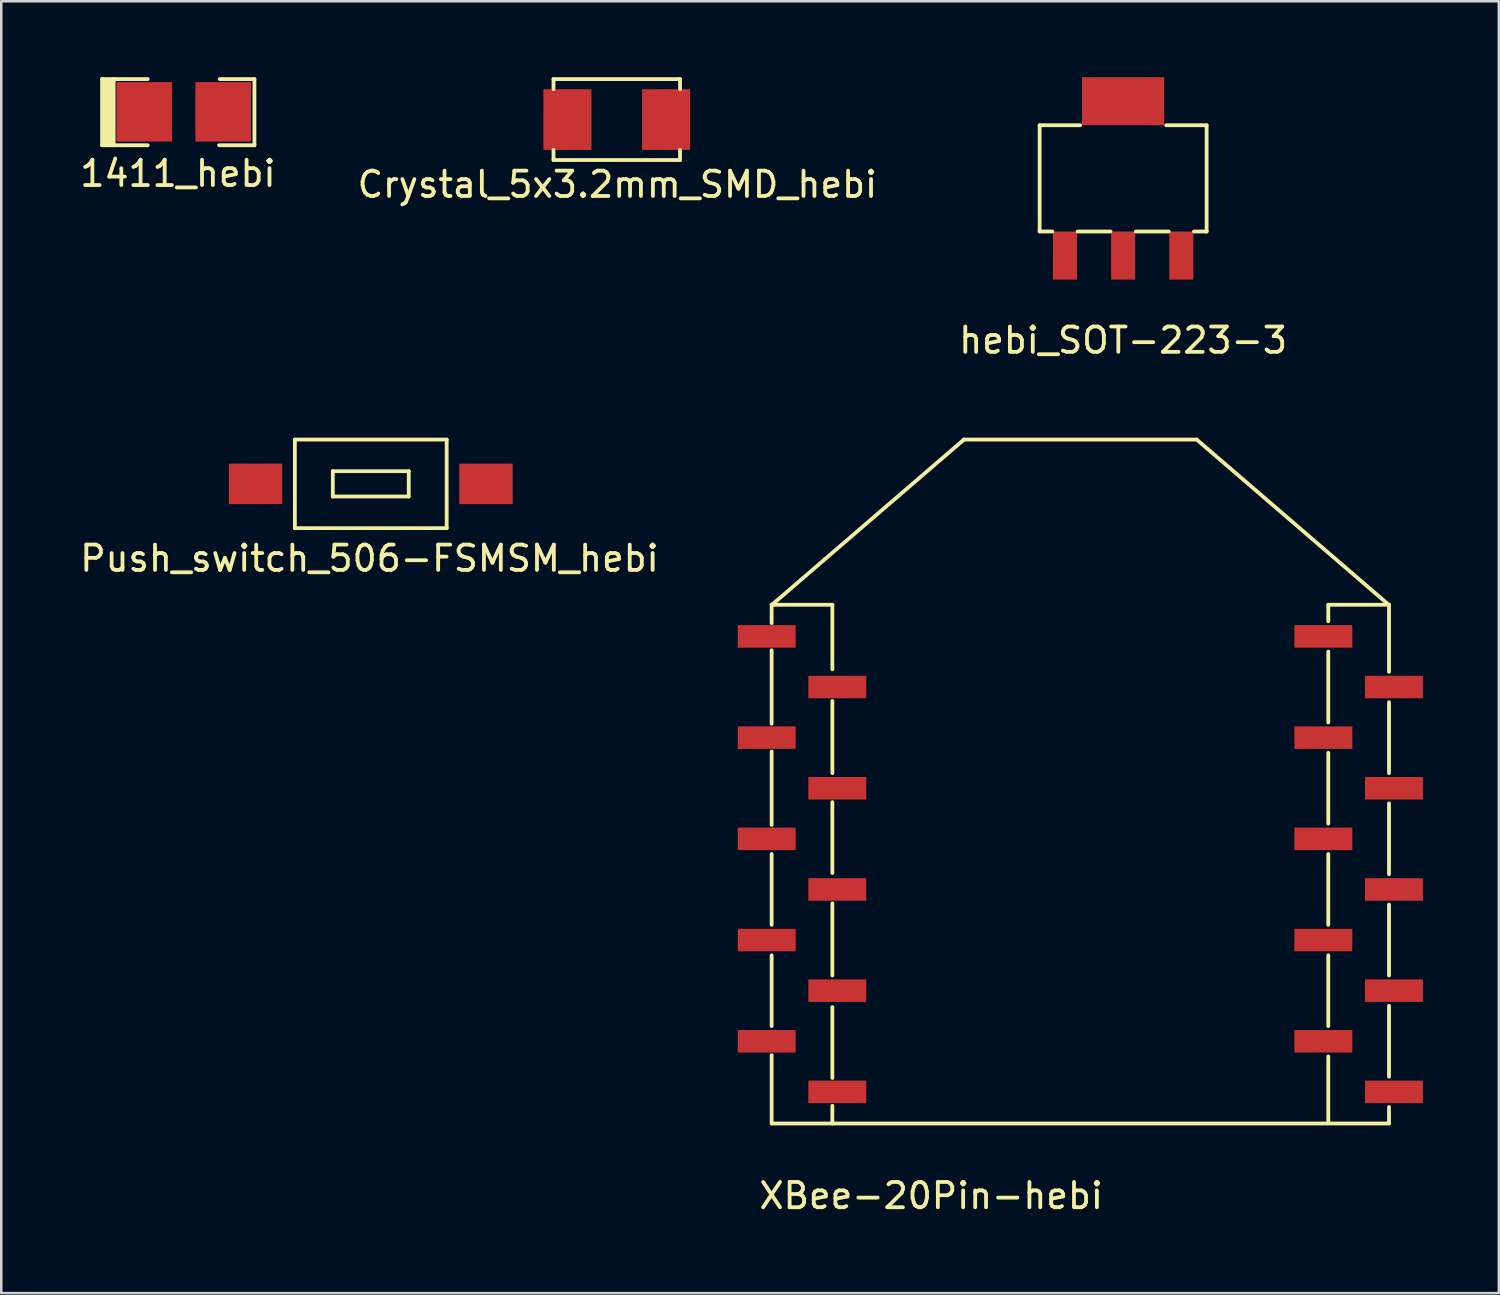
<source format=kicad_pcb>
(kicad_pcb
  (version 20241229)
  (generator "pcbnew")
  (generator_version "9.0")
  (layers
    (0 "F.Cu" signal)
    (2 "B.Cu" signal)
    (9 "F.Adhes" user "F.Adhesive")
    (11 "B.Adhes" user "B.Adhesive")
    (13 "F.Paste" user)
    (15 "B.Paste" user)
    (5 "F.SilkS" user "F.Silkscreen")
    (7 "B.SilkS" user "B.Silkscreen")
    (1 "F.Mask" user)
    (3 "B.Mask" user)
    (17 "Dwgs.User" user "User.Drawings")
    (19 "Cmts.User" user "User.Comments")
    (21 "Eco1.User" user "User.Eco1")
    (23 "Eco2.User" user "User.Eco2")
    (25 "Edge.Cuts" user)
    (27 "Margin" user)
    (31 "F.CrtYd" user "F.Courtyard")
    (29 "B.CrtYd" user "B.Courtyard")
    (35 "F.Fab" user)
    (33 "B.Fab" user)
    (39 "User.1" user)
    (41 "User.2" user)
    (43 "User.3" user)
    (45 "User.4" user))
  (footprint "hebi_SOT-223-3"
    (layer "F.Cu")
    (at 41.339 4)
    (property "Reference" "hebi_SOT-223-3" (at 0 6.4 0) (layer "F.SilkS") (effects (font (size 1 1) (thickness 0.15))))
    (attr through_hole)
    (fp_line (start -3.3 -2.1) (end -3.3 2.1) (stroke (width 0.15) (type solid)) (layer "F.SilkS"))
    (fp_line (start -3.3 -2.1) (end -1.7 -2.1) (stroke (width 0.15) (type solid)) (layer "F.SilkS"))
    (fp_line (start -3.3 2.1) (end -2.8 2.1) (stroke (width 0.15) (type solid)) (layer "F.SilkS"))
    (fp_line (start -1.8 2.1) (end -0.5 2.1) (stroke (width 0.15) (type solid)) (layer "F.SilkS"))
    (fp_line (start 0.5 2.1) (end 1.8 2.1) (stroke (width 0.15) (type solid)) (layer "F.SilkS"))
    (fp_line (start 2.8 2.1) (end 3.3 2.1) (stroke (width 0.15) (type solid)) (layer "F.SilkS"))
    (fp_line (start 3.3 -2.1) (end 1.7 -2.1) (stroke (width 0.15) (type solid)) (layer "F.SilkS"))
    (fp_line (start 3.3 2.1) (end 3.3 -2.1) (stroke (width 0.15) (type solid)) (layer "F.SilkS"))
    (pad "1" smd rect (at -2.3 3.05) (size 0.95 1.9) (layers "F.Cu" "F.Mask" "F.Paste"))
    (pad "2" smd rect (at 0 -3.05) (size 3.25 1.9) (layers "F.Cu" "F.Mask" "F.Paste"))
    (pad "2" smd rect (at 0 3.05) (size 0.95 1.9) (layers "F.Cu" "F.Mask" "F.Paste"))
    (pad "3" smd rect (at 2.3 3.05) (size 0.95 1.9) (layers "F.Cu" "F.Mask" "F.Paste")))
  (footprint "XBee-20Pin-hebi"
    (layer "F.Cu")
    (at 39.647 31.103)
    (property "Reference" "XBee-20Pin-hebi" (at -5.893 13.106 0) (layer "F.SilkS") (effects (font (size 1 1) (thickness 0.15))))
    (attr through_hole)
    (fp_line (start -12.2 -10.25) (end -9.8 -10.25) (stroke (width 0.15) (type solid)) (layer "F.SilkS"))
    (fp_line (start -12.2 -9.525) (end -12.2 -10.25) (stroke (width 0.15) (type solid)) (layer "F.SilkS"))
    (fp_line (start -12.2 -5.55) (end -12.2 -8.45) (stroke (width 0.15) (type solid)) (layer "F.SilkS"))
    (fp_line (start -12.2 -1.55) (end -12.2 -4.45) (stroke (width 0.15) (type solid)) (layer "F.SilkS"))
    (fp_line (start -12.2 2.4) (end -12.2 -0.4) (stroke (width 0.15) (type solid)) (layer "F.SilkS"))
    (fp_line (start -12.2 6.4) (end -12.2 3.6) (stroke (width 0.15) (type solid)) (layer "F.SilkS"))
    (fp_line (start -12.2 10.25) (end -12.2 7.55) (stroke (width 0.15) (type solid)) (layer "F.SilkS"))
    (fp_line (start -12.19 -10.25) (end -4.6 -16.78) (stroke (width 0.15) (type solid)) (layer "F.SilkS"))
    (fp_line (start -12.19 10.25) (end 12.19 10.25) (stroke (width 0.15) (type solid)) (layer "F.SilkS"))
    (fp_line (start -9.8 -10.25) (end -9.8 -7.7) (stroke (width 0.15) (type solid)) (layer "F.SilkS"))
    (fp_line (start -9.8 -6.45) (end -9.8 -3.6) (stroke (width 0.15) (type solid)) (layer "F.SilkS"))
    (fp_line (start -9.8 -2.45) (end -9.8 0.35) (stroke (width 0.15) (type solid)) (layer "F.SilkS"))
    (fp_line (start -9.8 1.55) (end -9.8 4.4) (stroke (width 0.15) (type solid)) (layer "F.SilkS"))
    (fp_line (start -9.8 5.65) (end -9.8 8.45) (stroke (width 0.15) (type solid)) (layer "F.SilkS"))
    (fp_line (start -9.8 9.55) (end -9.8 10.25) (stroke (width 0.15) (type solid)) (layer "F.SilkS"))
    (fp_line (start -4.6 -16.78) (end 4.6 -16.78) (stroke (width 0.15) (type solid)) (layer "F.SilkS"))
    (fp_line (start 4.6 -16.78) (end 12.19 -10.25) (stroke (width 0.15) (type solid)) (layer "F.SilkS"))
    (fp_line (start 9.8 -10.25) (end 9.8 -9.6) (stroke (width 0.15) (type solid)) (layer "F.SilkS"))
    (fp_line (start 9.8 -8.4) (end 9.8 -5.6) (stroke (width 0.15) (type solid)) (layer "F.SilkS"))
    (fp_line (start 9.8 -4.4) (end 9.8 -1.6) (stroke (width 0.15) (type solid)) (layer "F.SilkS"))
    (fp_line (start 9.8 -0.4) (end 9.8 2.4) (stroke (width 0.15) (type solid)) (layer "F.SilkS"))
    (fp_line (start 9.8 3.6) (end 9.8 6.4) (stroke (width 0.15) (type solid)) (layer "F.SilkS"))
    (fp_line (start 9.8 7.6) (end 9.8 10.2) (stroke (width 0.15) (type solid)) (layer "F.SilkS"))
    (fp_line (start 12.2 -10.25) (end 9.8 -10.25) (stroke (width 0.15) (type solid)) (layer "F.SilkS"))
    (fp_line (start 12.2 -10.25) (end 12.2 -7.6) (stroke (width 0.15) (type solid)) (layer "F.SilkS"))
    (fp_line (start 12.2 -6.4) (end 12.2 -3.6) (stroke (width 0.15) (type solid)) (layer "F.SilkS"))
    (fp_line (start 12.2 -2.4) (end 12.2 0.4) (stroke (width 0.15) (type solid)) (layer "F.SilkS"))
    (fp_line (start 12.2 1.6) (end 12.2 4.4) (stroke (width 0.15) (type solid)) (layer "F.SilkS"))
    (fp_line (start 12.2 5.6) (end 12.2 8.4) (stroke (width 0.15) (type solid)) (layer "F.SilkS"))
    (fp_line (start 12.2 9.6) (end 12.2 10.25) (stroke (width 0.15) (type solid)) (layer "F.SilkS"))
    (pad "1" smd rect (at -12.395 -9) (size 2.29 0.89) (layers "F.Cu" "F.Mask" "F.Paste"))
    (pad "2" smd rect (at -9.605 -7) (size 2.29 0.89) (layers "F.Cu" "F.Mask" "F.Paste"))
    (pad "3" smd rect (at -12.395 -5) (size 2.29 0.89) (layers "F.Cu" "F.Mask" "F.Paste"))
    (pad "4" smd rect (at -9.605 -3) (size 2.29 0.89) (layers "F.Cu" "F.Mask" "F.Paste"))
    (pad "5" smd rect (at -12.395 -1) (size 2.29 0.89) (layers "F.Cu" "F.Mask" "F.Paste"))
    (pad "6" smd rect (at -9.605 1) (size 2.29 0.89) (layers "F.Cu" "F.Mask" "F.Paste"))
    (pad "7" smd rect (at -12.395 3) (size 2.29 0.89) (layers "F.Cu" "F.Mask" "F.Paste"))
    (pad "8" smd rect (at -9.605 5) (size 2.29 0.89) (layers "F.Cu" "F.Mask" "F.Paste"))
    (pad "9" smd rect (at -12.395 7) (size 2.29 0.89) (layers "F.Cu" "F.Mask" "F.Paste"))
    (pad "10" smd rect (at -9.605 9) (size 2.29 0.89) (layers "F.Cu" "F.Mask" "F.Paste"))
    (pad "11" smd rect (at 12.395 9) (size 2.29 0.89) (layers "F.Cu" "F.Mask" "F.Paste"))
    (pad "12" smd rect (at 9.605 7) (size 2.29 0.89) (layers "F.Cu" "F.Mask" "F.Paste"))
    (pad "13" smd rect (at 12.395 5) (size 2.29 0.89) (layers "F.Cu" "F.Mask" "F.Paste"))
    (pad "14" smd rect (at 9.605 3) (size 2.29 0.89) (layers "F.Cu" "F.Mask" "F.Paste"))
    (pad "15" smd rect (at 12.395 1) (size 2.29 0.89) (layers "F.Cu" "F.Mask" "F.Paste"))
    (pad "16" smd rect (at 9.605 -1) (size 2.29 0.89) (layers "F.Cu" "F.Mask" "F.Paste"))
    (pad "17" smd rect (at 12.395 -3) (size 2.29 0.89) (layers "F.Cu" "F.Mask" "F.Paste"))
    (pad "18" smd rect (at 9.605 -5) (size 2.29 0.89) (layers "F.Cu" "F.Mask" "F.Paste"))
    (pad "19" smd rect (at 12.395 -7) (size 2.29 0.89) (layers "F.Cu" "F.Mask" "F.Paste"))
    (pad "20" smd rect (at 9.605 -9) (size 2.29 0.89) (layers "F.Cu" "F.Mask" "F.Paste")))
  (footprint "1411_hebi"
    (layer "F.Cu")
    (at 4.211 1.37)
    (property "Reference" "1411_hebi" (at -0.229 2.438 0) (layer "F.SilkS") (effects (font (size 1 1) (thickness 0.15))))
    (attr through_hole)
    (fp_line (start -3.226 -1.295) (end -3.226 1.321) (stroke (width 0.15) (type solid)) (layer "F.SilkS"))
    (fp_line (start -3.226 1.321) (end -2.769 1.321) (stroke (width 0.15) (type solid)) (layer "F.SilkS"))
    (fp_line (start -3.124 1.295) (end -3.124 -1.219) (stroke (width 0.15) (type solid)) (layer "F.SilkS"))
    (fp_line (start -3.023 1.27) (end -3.023 -1.245) (stroke (width 0.15) (type solid)) (layer "F.SilkS"))
    (fp_line (start -2.896 -1.27) (end -2.896 1.27) (stroke (width 0.15) (type solid)) (layer "F.SilkS"))
    (fp_line (start -2.769 -1.295) (end -3.226 -1.295) (stroke (width 0.15) (type solid)) (layer "F.SilkS"))
    (fp_line (start -2.769 -1.295) (end -1.422 -1.295) (stroke (width 0.15) (type solid)) (layer "F.SilkS"))
    (fp_line (start -2.769 -1.245) (end -2.769 -1.295) (stroke (width 0.15) (type solid)) (layer "F.SilkS"))
    (fp_line (start -2.769 -1.245) (end -2.769 1.321) (stroke (width 0.15) (type solid)) (layer "F.SilkS"))
    (fp_line (start -2.769 1.321) (end -1.422 1.321) (stroke (width 0.15) (type solid)) (layer "F.SilkS"))
    (fp_line (start 1.397 1.321) (end 2.794 1.321) (stroke (width 0.15) (type solid)) (layer "F.SilkS"))
    (fp_line (start 2.794 -1.295) (end 1.422 -1.295) (stroke (width 0.15) (type solid)) (layer "F.SilkS"))
    (fp_line (start 2.794 1.321) (end 2.794 -1.295) (stroke (width 0.15) (type solid)) (layer "F.SilkS"))
    (pad "1" smd rect (at -1.56 0) (size 2.2 2.35) (layers "F.Cu" "F.Mask" "F.Paste"))
    (pad "2" smd rect (at 1.56 0) (size 2.2 2.35) (layers "F.Cu" "F.Mask" "F.Paste")))
  (footprint "Crystal_5x3.2mm_SMD_hebi"
    (layer "F.Cu")
    (at 21.326 1.675)
    (property "Reference" "Crystal_5x3.2mm_SMD_hebi" (at 0.025 2.565 0) (layer "F.SilkS") (effects (font (size 1 1) (thickness 0.15))))
    (attr through_hole)
    (fp_line (start -2.5 -1.6) (end -2.5 -1.2) (stroke (width 0.15) (type solid)) (layer "F.SilkS"))
    (fp_line (start -2.5 -1.6) (end 2.5 -1.6) (stroke (width 0.15) (type solid)) (layer "F.SilkS"))
    (fp_line (start -2.5 1.6) (end -2.5 1.2) (stroke (width 0.15) (type solid)) (layer "F.SilkS"))
    (fp_line (start -2.5 1.6) (end 2.5 1.6) (stroke (width 0.15) (type solid)) (layer "F.SilkS"))
    (fp_line (start 2.5 -1.2) (end 2.5 -1.6) (stroke (width 0.15) (type solid)) (layer "F.SilkS"))
    (fp_line (start 2.5 1.6) (end 2.5 1.2) (stroke (width 0.15) (type solid)) (layer "F.SilkS"))
    (pad "1" smd rect (at -1.95 0) (size 1.9 2.4) (layers "F.Cu" "F.Mask" "F.Paste"))
    (pad "2" smd rect (at 1.95 0) (size 1.9 2.4) (layers "F.Cu" "F.Mask" "F.Paste")))
  (footprint "Push_switch_506-FSMSM_hebi"
    (layer "F.Cu")
    (at 11.604 16.073)
    (property "Reference" "Push_switch_506-FSMSM_hebi" (at -0.051 2.946 0) (layer "F.SilkS") (effects (font (size 1 1) (thickness 0.15))))
    (attr through_hole)
    (fp_line (start -3 -1.75) (end -3 1.75) (stroke (width 0.15) (type solid)) (layer "F.SilkS"))
    (fp_line (start -3 -1.75) (end 3 -1.75) (stroke (width 0.15) (type solid)) (layer "F.SilkS"))
    (fp_line (start -3 1.75) (end 3 1.75) (stroke (width 0.15) (type solid)) (layer "F.SilkS"))
    (fp_line (start -1.5 -0.5) (end -1.5 0.5) (stroke (width 0.15) (type solid)) (layer "F.SilkS"))
    (fp_line (start -1.5 -0.5) (end 1.5 -0.5) (stroke (width 0.15) (type solid)) (layer "F.SilkS"))
    (fp_line (start -1.5 0.5) (end 1.5 0.5) (stroke (width 0.15) (type solid)) (layer "F.SilkS"))
    (fp_line (start 1.5 0.5) (end 1.5 -0.5) (stroke (width 0.15) (type solid)) (layer "F.SilkS"))
    (fp_line (start 3 -1.75) (end 3 1.75) (stroke (width 0.15) (type solid)) (layer "F.SilkS"))
    (pad "1" smd rect (at -4.555 0) (size 2.11 1.6) (layers "F.Cu" "F.Mask" "F.Paste"))
    (pad "2" smd rect (at 4.555 0) (size 2.11 1.6) (layers "F.Cu" "F.Mask" "F.Paste")))
  (gr_rect
    (start -3 -3)
    (end 56.187 48.058)
    (stroke (width 0.1) (type default))
    (fill no)
    (layer "Edge.Cuts")))
</source>
